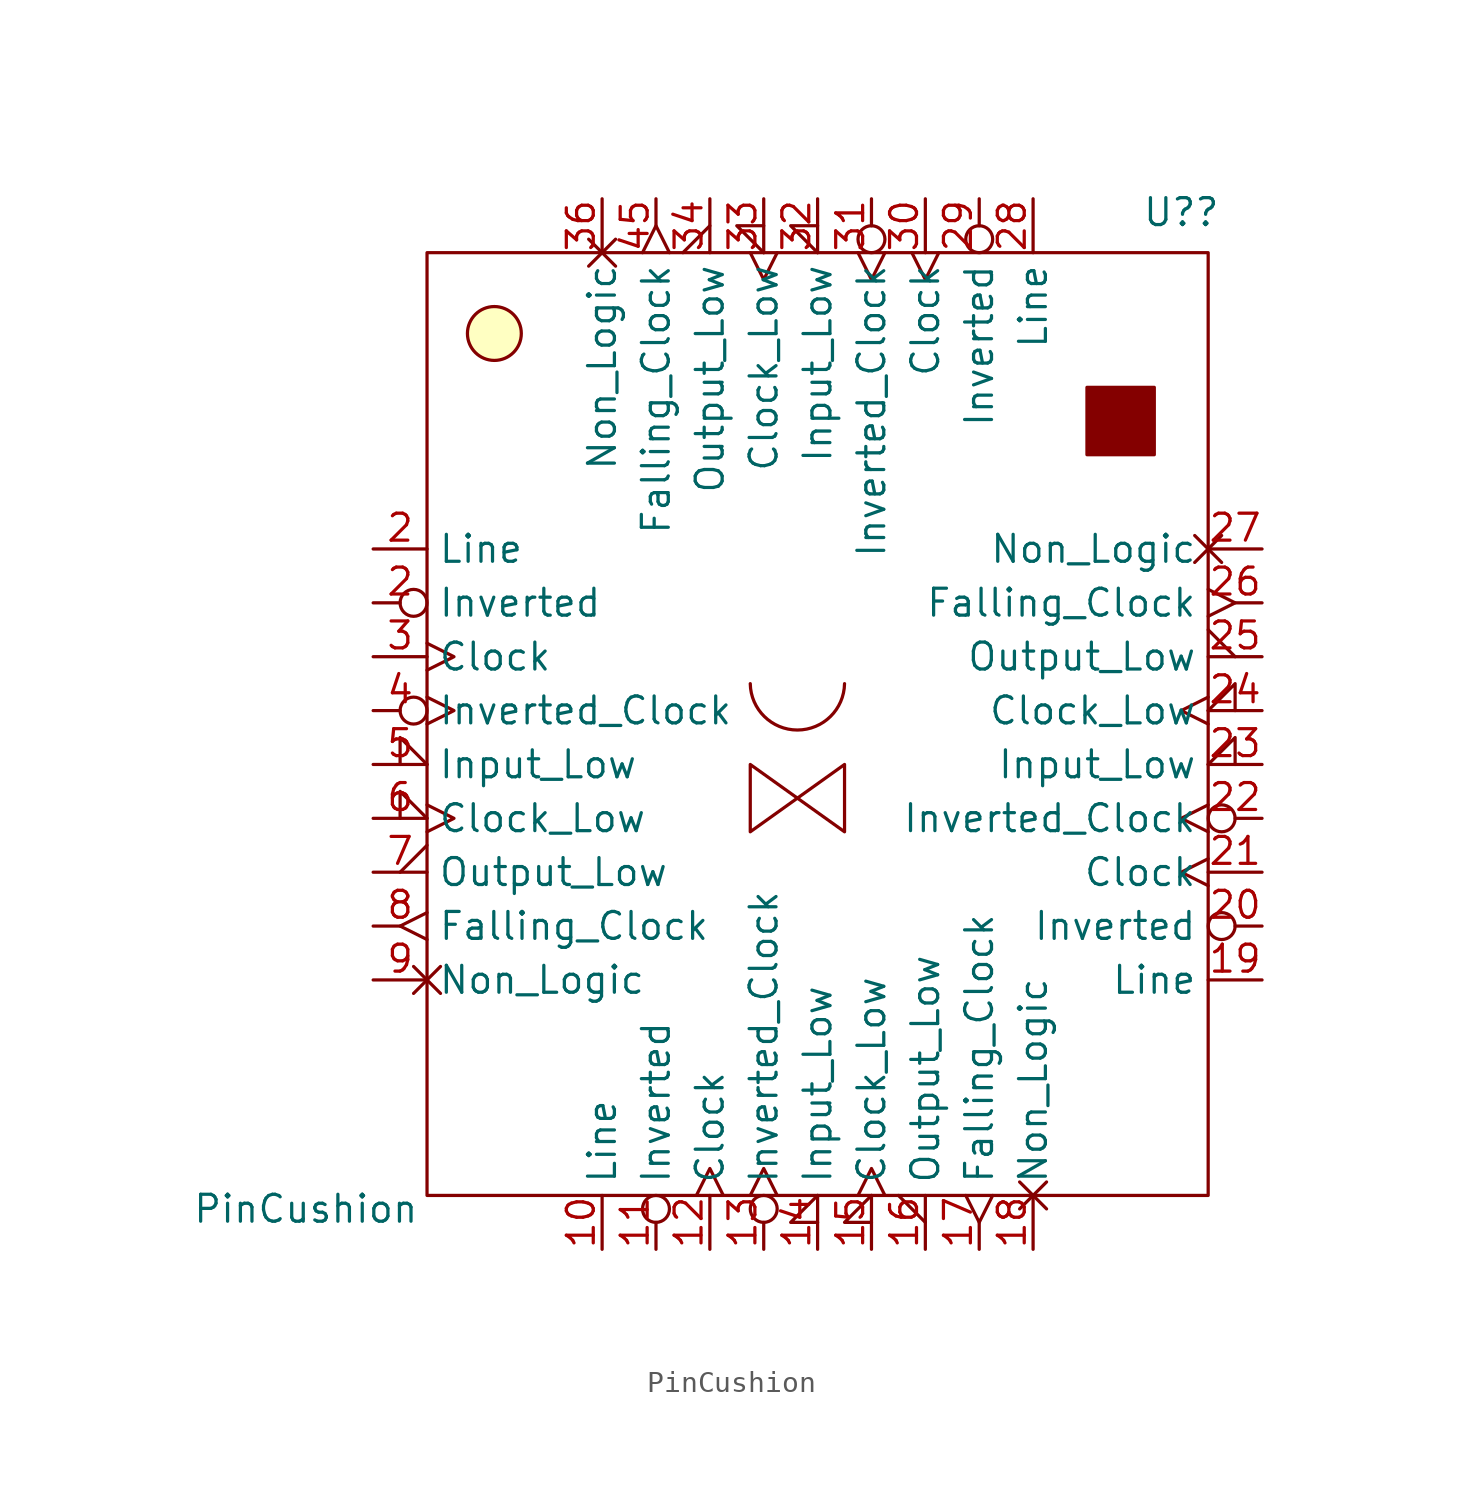
<source format=kicad_sym>
(kicad_symbol_lib
  (version 20211014)
  (generator kicad_symbol_editor)
  (symbol "PinCushion"
    (property "Reference" "U?"
      (at 22.86 23.495 0)
      (effects (font (size 1.27 1.27))))
    (property "Value" "PinCushion"
      (at -18.415 -23.495 0)
      (effects (font (size 1.27 1.27))))
    (symbol "PinCushion_0_1"
      (rectangle (start -12.7 21.59) (end 24.13 -22.86) (stroke (width 0) (type default) (color 0 0 0 0)) (fill (type none)))
      (circle (center -9.525 17.78) (radius 1.27) (stroke (width 0) (type default) (color 0 0 0 0)) (fill (type background)))
      (polyline (pts (xy 2.54 -2.54) (xy 6.985 -5.715) (xy 6.985 -2.54) (xy 2.54 -5.715) (xy 2.54 -2.54)) (stroke (width 0) (type default) (color 0 0 0 0)) (fill (type none)))
      (arc (start 2.54 1.27) (mid 4.7625 -0.9893) (end 6.985 1.27) (stroke (width 0) (type default) (color 0 0 0 0)) (fill (type none)))
      (rectangle (start 18.415 15.24) (end 21.59 12.065) (stroke (width 0) (type default) (color 0 0 0 0)) (fill (type outline))))
    (symbol "PinCushion_1_1"
      (pin bidirectional line (at -4.445 -25.4 90) (length 2.54) (name "Line" (effects (font (size 1.27 1.27)))) (number "10" (effects (font (size 1.27 1.27)))))
      (pin bidirectional inverted (at -1.905 -25.4 90) (length 2.54) (name "Inverted" (effects (font (size 1.27 1.27)))) (number "11" (effects (font (size 1.27 1.27)))))
      (pin bidirectional clock (at 0.635 -25.4 90) (length 2.54) (name "Clock" (effects (font (size 1.27 1.27)))) (number "12" (effects (font (size 1.27 1.27)))))
      (pin bidirectional inverted_clock (at 3.175 -25.4 90) (length 2.54) (name "Inverted_Clock" (effects (font (size 1.27 1.27)))) (number "13" (effects (font (size 1.27 1.27)))))
      (pin bidirectional input_low (at 5.715 -25.4 90) (length 2.54) (name "Input_Low" (effects (font (size 1.27 1.27)))) (number "14" (effects (font (size 1.27 1.27)))))
      (pin bidirectional clock_low (at 8.255 -25.4 90) (length 2.54) (name "Clock_Low" (effects (font (size 1.27 1.27)))) (number "15" (effects (font (size 1.27 1.27)))))
      (pin bidirectional output_low (at 10.795 -25.4 90) (length 2.54) (name "Output_Low" (effects (font (size 1.27 1.27)))) (number "16" (effects (font (size 1.27 1.27)))))
      (pin bidirectional edge_clock_high (at 13.335 -25.4 90) (length 2.54) (name "Falling_Clock" (effects (font (size 1.27 1.27)))) (number "17" (effects (font (size 1.27 1.27)))))
      (pin bidirectional non_logic (at 15.875 -25.4 90) (length 2.54) (name "Non_Logic" (effects (font (size 1.27 1.27)))) (number "18" (effects (font (size 1.27 1.27)))))
      (pin bidirectional line (at 26.67 -12.7 180) (length 2.54) (name "Line" (effects (font (size 1.27 1.27)))) (number "19" (effects (font (size 1.27 1.27)))))
      (pin bidirectional inverted (at -15.24 5.08 0) (length 2.54) (name "Inverted" (effects (font (size 1.27 1.27)))) (number "2" (effects (font (size 1.27 1.27)))))
      (pin bidirectional line (at -15.24 7.62 0) (length 2.54) (name "Line" (effects (font (size 1.27 1.27)))) (number "2" (effects (font (size 1.27 1.27)))))
      (pin bidirectional inverted (at 26.67 -10.16 180) (length 2.54) (name "Inverted" (effects (font (size 1.27 1.27)))) (number "20" (effects (font (size 1.27 1.27)))))
      (pin bidirectional clock (at 26.67 -7.62 180) (length 2.54) (name "Clock" (effects (font (size 1.27 1.27)))) (number "21" (effects (font (size 1.27 1.27)))))
      (pin bidirectional inverted_clock (at 26.67 -5.08 180) (length 2.54) (name "Inverted_Clock" (effects (font (size 1.27 1.27)))) (number "22" (effects (font (size 1.27 1.27)))))
      (pin bidirectional input_low (at 26.67 -2.54 180) (length 2.54) (name "Input_Low" (effects (font (size 1.27 1.27)))) (number "23" (effects (font (size 1.27 1.27)))))
      (pin bidirectional clock_low (at 26.67 0 180) (length 2.54) (name "Clock_Low" (effects (font (size 1.27 1.27)))) (number "24" (effects (font (size 1.27 1.27)))))
      (pin bidirectional output_low (at 26.67 2.54 180) (length 2.54) (name "Output_Low" (effects (font (size 1.27 1.27)))) (number "25" (effects (font (size 1.27 1.27)))))
      (pin bidirectional edge_clock_high (at 26.67 5.08 180) (length 2.54) (name "Falling_Clock" (effects (font (size 1.27 1.27)))) (number "26" (effects (font (size 1.27 1.27)))))
      (pin bidirectional non_logic (at 26.67 7.62 180) (length 2.54) (name "Non_Logic" (effects (font (size 1.27 1.27)))) (number "27" (effects (font (size 1.27 1.27)))))
      (pin bidirectional line (at 15.875 24.13 270) (length 2.54) (name "Line" (effects (font (size 1.27 1.27)))) (number "28" (effects (font (size 1.27 1.27)))))
      (pin bidirectional inverted (at 13.335 24.13 270) (length 2.54) (name "Inverted" (effects (font (size 1.27 1.27)))) (number "29" (effects (font (size 1.27 1.27)))))
      (pin bidirectional clock (at -15.24 2.54 0) (length 2.54) (name "Clock" (effects (font (size 1.27 1.27)))) (number "3" (effects (font (size 1.27 1.27)))))
      (pin bidirectional clock (at 10.795 24.13 270) (length 2.54) (name "Clock" (effects (font (size 1.27 1.27)))) (number "30" (effects (font (size 1.27 1.27)))))
      (pin bidirectional inverted_clock (at 8.255 24.13 270) (length 2.54) (name "Inverted_Clock" (effects (font (size 1.27 1.27)))) (number "31" (effects (font (size 1.27 1.27)))))
      (pin bidirectional input_low (at 5.715 24.13 270) (length 2.54) (name "Input_Low" (effects (font (size 1.27 1.27)))) (number "32" (effects (font (size 1.27 1.27)))))
      (pin bidirectional clock_low (at 3.175 24.13 270) (length 2.54) (name "Clock_Low" (effects (font (size 1.27 1.27)))) (number "33" (effects (font (size 1.27 1.27)))))
      (pin bidirectional output_low (at 0.635 24.13 270) (length 2.54) (name "Output_Low" (effects (font (size 1.27 1.27)))) (number "34" (effects (font (size 1.27 1.27)))))
      (pin bidirectional non_logic (at -4.445 24.13 270) (length 2.54) (name "Non_Logic" (effects (font (size 1.27 1.27)))) (number "36" (effects (font (size 1.27 1.27)))))
      (pin bidirectional inverted_clock (at -15.24 0 0) (length 2.54) (name "Inverted_Clock" (effects (font (size 1.27 1.27)))) (number "4" (effects (font (size 1.27 1.27)))))
      (pin bidirectional edge_clock_high (at -1.905 24.13 270) (length 2.54) (name "Falling_Clock" (effects (font (size 1.27 1.27)))) (number "45" (effects (font (size 1.27 1.27)))))
      (pin bidirectional input_low (at -15.24 -2.54 0) (length 2.54) (name "Input_Low" (effects (font (size 1.27 1.27)))) (number "5" (effects (font (size 1.27 1.27)))))
      (pin bidirectional clock_low (at -15.24 -5.08 0) (length 2.54) (name "Clock_Low" (effects (font (size 1.27 1.27)))) (number "6" (effects (font (size 1.27 1.27)))))
      (pin bidirectional output_low (at -15.24 -7.62 0) (length 2.54) (name "Output_Low" (effects (font (size 1.27 1.27)))) (number "7" (effects (font (size 1.27 1.27)))))
      (pin bidirectional edge_clock_high (at -15.24 -10.16 0) (length 2.54) (name "Falling_Clock" (effects (font (size 1.27 1.27)))) (number "8" (effects (font (size 1.27 1.27)))))
      (pin bidirectional non_logic (at -15.24 -12.7 0) (length 2.54) (name "Non_Logic" (effects (font (size 1.27 1.27)))) (number "9" (effects (font (size 1.27 1.27))))))))
</source>
